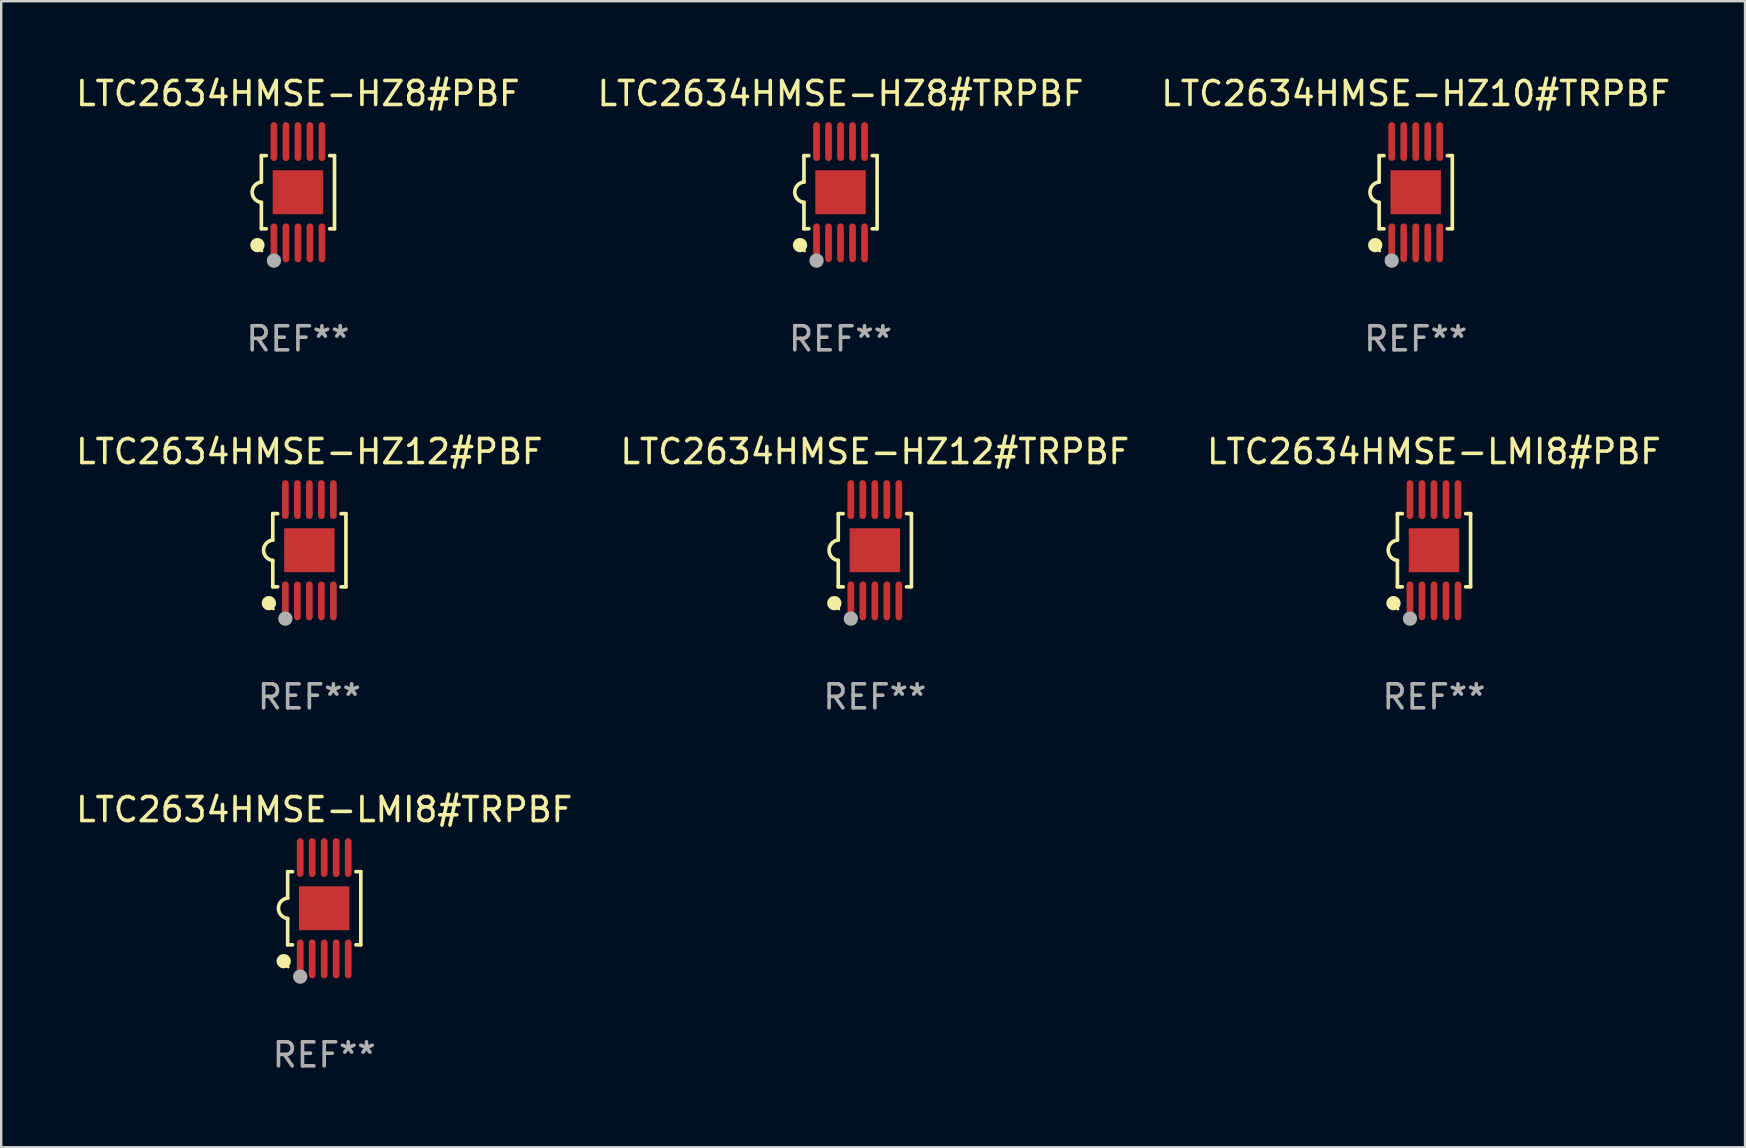
<source format=kicad_pcb>
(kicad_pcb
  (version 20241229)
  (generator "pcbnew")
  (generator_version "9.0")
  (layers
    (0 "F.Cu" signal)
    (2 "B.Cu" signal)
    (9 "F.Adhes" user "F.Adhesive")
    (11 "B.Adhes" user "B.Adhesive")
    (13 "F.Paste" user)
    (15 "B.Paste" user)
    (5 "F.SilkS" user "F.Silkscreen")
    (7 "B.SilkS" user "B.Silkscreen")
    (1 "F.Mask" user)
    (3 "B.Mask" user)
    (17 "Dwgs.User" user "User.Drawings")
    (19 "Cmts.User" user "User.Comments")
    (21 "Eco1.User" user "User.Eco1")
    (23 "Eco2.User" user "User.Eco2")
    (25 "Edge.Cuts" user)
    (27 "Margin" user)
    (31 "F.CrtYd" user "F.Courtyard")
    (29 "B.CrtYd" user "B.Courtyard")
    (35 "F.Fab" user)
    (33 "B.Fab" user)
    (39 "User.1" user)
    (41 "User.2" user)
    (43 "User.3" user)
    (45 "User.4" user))
  (footprint "LTC2634HMSE-HZ10#TRPBF"
    (layer "F.Cu")
    (at 55.935 4.958)
    (property "Reference" "LTC2634HMSE-HZ10#TRPBF" (at 0 -4.11 0) (layer "F.SilkS") (effects (font (size 1 1) (thickness 0.15))))
    (attr through_hole)
    (fp_line (start -1.524 -1.524) (end -1.524 -0.424) (stroke (width 0.152) (type solid)) (layer "F.SilkS"))
    (fp_line (start -1.524 1.524) (end -1.524 0.424) (stroke (width 0.152) (type solid)) (layer "F.SilkS"))
    (fp_line (start -1.524 1.524) (end -1.32 1.524) (stroke (width 0.152) (type solid)) (layer "F.SilkS"))
    (fp_line (start -1.32 -1.524) (end -1.524 -1.524) (stroke (width 0.152) (type solid)) (layer "F.SilkS"))
    (fp_line (start 1.32 1.524) (end 1.524 1.524) (stroke (width 0.152) (type solid)) (layer "F.SilkS"))
    (fp_line (start 1.524 -1.524) (end 1.32 -1.524) (stroke (width 0.152) (type solid)) (layer "F.SilkS"))
    (fp_line (start 1.524 1.524) (end 1.524 -1.524) (stroke (width 0.152) (type solid)) (layer "F.SilkS"))
    (fp_arc (start -1.524003 0.424003) (mid -1.906663 -0.000089) (end -1.524004 -0.424181) (stroke (width 0.151994) (type solid)) (layer "F.SilkS"))
    (fp_circle (center -1.687 2.205) (end -1.537 2.205) (stroke (width 0.3) (type solid)) (fill no) (layer "F.SilkS"))
    (fp_circle (center -1.5 2.45) (end -1.47 2.45) (stroke (width 0.06) (type solid)) (fill no) (layer "F.SilkS"))
    (fp_circle (center -1 2.85) (end -0.85 2.85) (stroke (width 0.3) (type solid)) (fill no) (layer "F.Fab"))
    (fp_text user "REF**" (at 0 6.11 0) (layer "F.Fab") (effects (font (size 1 1) (thickness 0.15))))
    (pad "1" smd oval (at -1 2.11) (size 0.28 1.62) (layers "F.Cu" "F.Mask" "F.Paste"))
    (pad "2" smd oval (at -0.5 2.11) (size 0.28 1.62) (layers "F.Cu" "F.Mask" "F.Paste"))
    (pad "3" smd oval (at 0 2.11) (size 0.28 1.62) (layers "F.Cu" "F.Mask" "F.Paste"))
    (pad "4" smd oval (at 0.5 2.11) (size 0.28 1.62) (layers "F.Cu" "F.Mask" "F.Paste"))
    (pad "5" smd oval (at 1 2.11) (size 0.28 1.62) (layers "F.Cu" "F.Mask" "F.Paste"))
    (pad "6" smd oval (at 1 -2.11) (size 0.28 1.62) (layers "F.Cu" "F.Mask" "F.Paste"))
    (pad "7" smd oval (at 0.5 -2.11) (size 0.28 1.62) (layers "F.Cu" "F.Mask" "F.Paste"))
    (pad "8" smd oval (at 0 -2.11) (size 0.28 1.62) (layers "F.Cu" "F.Mask" "F.Paste"))
    (pad "9" smd oval (at -0.5 -2.11) (size 0.28 1.62) (layers "F.Cu" "F.Mask" "F.Paste"))
    (pad "10" smd oval (at -1 -2.11) (size 0.28 1.62) (layers "F.Cu" "F.Mask" "F.Paste"))
    (pad "11" smd rect (at 0 0) (size 2.1 1.83) (layers "F.Cu" "F.Mask" "F.Paste")))
  (footprint "LTC2634HMSE-LMI8#PBF"
    (layer "F.Cu")
    (at 56.696 19.875)
    (property "Reference" "LTC2634HMSE-LMI8#PBF" (at 0 -4.11 0) (layer "F.SilkS") (effects (font (size 1 1) (thickness 0.15))))
    (attr through_hole)
    (fp_line (start -1.524 -1.524) (end -1.524 -0.424) (stroke (width 0.152) (type solid)) (layer "F.SilkS"))
    (fp_line (start -1.524 1.524) (end -1.524 0.424) (stroke (width 0.152) (type solid)) (layer "F.SilkS"))
    (fp_line (start -1.524 1.524) (end -1.32 1.524) (stroke (width 0.152) (type solid)) (layer "F.SilkS"))
    (fp_line (start -1.32 -1.524) (end -1.524 -1.524) (stroke (width 0.152) (type solid)) (layer "F.SilkS"))
    (fp_line (start 1.32 1.524) (end 1.524 1.524) (stroke (width 0.152) (type solid)) (layer "F.SilkS"))
    (fp_line (start 1.524 -1.524) (end 1.32 -1.524) (stroke (width 0.152) (type solid)) (layer "F.SilkS"))
    (fp_line (start 1.524 1.524) (end 1.524 -1.524) (stroke (width 0.152) (type solid)) (layer "F.SilkS"))
    (fp_arc (start -1.524003 0.424003) (mid -1.906663 -0.000089) (end -1.524004 -0.424181) (stroke (width 0.151994) (type solid)) (layer "F.SilkS"))
    (fp_circle (center -1.687 2.205) (end -1.537 2.205) (stroke (width 0.3) (type solid)) (fill no) (layer "F.SilkS"))
    (fp_circle (center -1.5 2.45) (end -1.47 2.45) (stroke (width 0.06) (type solid)) (fill no) (layer "F.SilkS"))
    (fp_circle (center -1 2.85) (end -0.85 2.85) (stroke (width 0.3) (type solid)) (fill no) (layer "F.Fab"))
    (fp_text user "REF**" (at 0 6.11 0) (layer "F.Fab") (effects (font (size 1 1) (thickness 0.15))))
    (pad "1" smd oval (at -1 2.11) (size 0.28 1.62) (layers "F.Cu" "F.Mask" "F.Paste"))
    (pad "2" smd oval (at -0.5 2.11) (size 0.28 1.62) (layers "F.Cu" "F.Mask" "F.Paste"))
    (pad "3" smd oval (at 0 2.11) (size 0.28 1.62) (layers "F.Cu" "F.Mask" "F.Paste"))
    (pad "4" smd oval (at 0.5 2.11) (size 0.28 1.62) (layers "F.Cu" "F.Mask" "F.Paste"))
    (pad "5" smd oval (at 1 2.11) (size 0.28 1.62) (layers "F.Cu" "F.Mask" "F.Paste"))
    (pad "6" smd oval (at 1 -2.11) (size 0.28 1.62) (layers "F.Cu" "F.Mask" "F.Paste"))
    (pad "7" smd oval (at 0.5 -2.11) (size 0.28 1.62) (layers "F.Cu" "F.Mask" "F.Paste"))
    (pad "8" smd oval (at 0 -2.11) (size 0.28 1.62) (layers "F.Cu" "F.Mask" "F.Paste"))
    (pad "9" smd oval (at -0.5 -2.11) (size 0.28 1.62) (layers "F.Cu" "F.Mask" "F.Paste"))
    (pad "10" smd oval (at -1 -2.11) (size 0.28 1.62) (layers "F.Cu" "F.Mask" "F.Paste"))
    (pad "11" smd rect (at 0 0) (size 2.1 1.83) (layers "F.Cu" "F.Mask" "F.Paste")))
  (footprint "LTC2634HMSE-HZ12#PBF"
    (layer "F.Cu")
    (at 9.839 19.875)
    (property "Reference" "LTC2634HMSE-HZ12#PBF" (at 0 -4.11 0) (layer "F.SilkS") (effects (font (size 1 1) (thickness 0.15))))
    (attr through_hole)
    (fp_line (start -1.524 -1.524) (end -1.524 -0.424) (stroke (width 0.152) (type solid)) (layer "F.SilkS"))
    (fp_line (start -1.524 1.524) (end -1.524 0.424) (stroke (width 0.152) (type solid)) (layer "F.SilkS"))
    (fp_line (start -1.524 1.524) (end -1.32 1.524) (stroke (width 0.152) (type solid)) (layer "F.SilkS"))
    (fp_line (start -1.32 -1.524) (end -1.524 -1.524) (stroke (width 0.152) (type solid)) (layer "F.SilkS"))
    (fp_line (start 1.32 1.524) (end 1.524 1.524) (stroke (width 0.152) (type solid)) (layer "F.SilkS"))
    (fp_line (start 1.524 -1.524) (end 1.32 -1.524) (stroke (width 0.152) (type solid)) (layer "F.SilkS"))
    (fp_line (start 1.524 1.524) (end 1.524 -1.524) (stroke (width 0.152) (type solid)) (layer "F.SilkS"))
    (fp_arc (start -1.524003 0.424003) (mid -1.906663 -0.000089) (end -1.524004 -0.424181) (stroke (width 0.151994) (type solid)) (layer "F.SilkS"))
    (fp_circle (center -1.687 2.205) (end -1.537 2.205) (stroke (width 0.3) (type solid)) (fill no) (layer "F.SilkS"))
    (fp_circle (center -1.5 2.45) (end -1.47 2.45) (stroke (width 0.06) (type solid)) (fill no) (layer "F.SilkS"))
    (fp_circle (center -1 2.85) (end -0.85 2.85) (stroke (width 0.3) (type solid)) (fill no) (layer "F.Fab"))
    (fp_text user "REF**" (at 0 6.11 0) (layer "F.Fab") (effects (font (size 1 1) (thickness 0.15))))
    (pad "1" smd oval (at -1 2.11) (size 0.28 1.62) (layers "F.Cu" "F.Mask" "F.Paste"))
    (pad "2" smd oval (at -0.5 2.11) (size 0.28 1.62) (layers "F.Cu" "F.Mask" "F.Paste"))
    (pad "3" smd oval (at 0 2.11) (size 0.28 1.62) (layers "F.Cu" "F.Mask" "F.Paste"))
    (pad "4" smd oval (at 0.5 2.11) (size 0.28 1.62) (layers "F.Cu" "F.Mask" "F.Paste"))
    (pad "5" smd oval (at 1 2.11) (size 0.28 1.62) (layers "F.Cu" "F.Mask" "F.Paste"))
    (pad "6" smd oval (at 1 -2.11) (size 0.28 1.62) (layers "F.Cu" "F.Mask" "F.Paste"))
    (pad "7" smd oval (at 0.5 -2.11) (size 0.28 1.62) (layers "F.Cu" "F.Mask" "F.Paste"))
    (pad "8" smd oval (at 0 -2.11) (size 0.28 1.62) (layers "F.Cu" "F.Mask" "F.Paste"))
    (pad "9" smd oval (at -0.5 -2.11) (size 0.28 1.62) (layers "F.Cu" "F.Mask" "F.Paste"))
    (pad "10" smd oval (at -1 -2.11) (size 0.28 1.62) (layers "F.Cu" "F.Mask" "F.Paste"))
    (pad "11" smd rect (at 0 0) (size 2.1 1.83) (layers "F.Cu" "F.Mask" "F.Paste")))
  (footprint "LTC2634HMSE-HZ8#PBF"
    (layer "F.Cu")
    (at 9.363 4.958)
    (property "Reference" "LTC2634HMSE-HZ8#PBF" (at 0 -4.11 0) (layer "F.SilkS") (effects (font (size 1 1) (thickness 0.15))))
    (attr through_hole)
    (fp_line (start -1.524 -1.524) (end -1.524 -0.424) (stroke (width 0.152) (type solid)) (layer "F.SilkS"))
    (fp_line (start -1.524 1.524) (end -1.524 0.424) (stroke (width 0.152) (type solid)) (layer "F.SilkS"))
    (fp_line (start -1.524 1.524) (end -1.32 1.524) (stroke (width 0.152) (type solid)) (layer "F.SilkS"))
    (fp_line (start -1.32 -1.524) (end -1.524 -1.524) (stroke (width 0.152) (type solid)) (layer "F.SilkS"))
    (fp_line (start 1.32 1.524) (end 1.524 1.524) (stroke (width 0.152) (type solid)) (layer "F.SilkS"))
    (fp_line (start 1.524 -1.524) (end 1.32 -1.524) (stroke (width 0.152) (type solid)) (layer "F.SilkS"))
    (fp_line (start 1.524 1.524) (end 1.524 -1.524) (stroke (width 0.152) (type solid)) (layer "F.SilkS"))
    (fp_arc (start -1.524003 0.424003) (mid -1.906663 -0.000089) (end -1.524004 -0.424181) (stroke (width 0.151994) (type solid)) (layer "F.SilkS"))
    (fp_circle (center -1.687 2.205) (end -1.537 2.205) (stroke (width 0.3) (type solid)) (fill no) (layer "F.SilkS"))
    (fp_circle (center -1.5 2.45) (end -1.47 2.45) (stroke (width 0.06) (type solid)) (fill no) (layer "F.SilkS"))
    (fp_circle (center -1 2.85) (end -0.85 2.85) (stroke (width 0.3) (type solid)) (fill no) (layer "F.Fab"))
    (fp_text user "REF**" (at 0 6.11 0) (layer "F.Fab") (effects (font (size 1 1) (thickness 0.15))))
    (pad "1" smd oval (at -1 2.11) (size 0.28 1.62) (layers "F.Cu" "F.Mask" "F.Paste"))
    (pad "2" smd oval (at -0.5 2.11) (size 0.28 1.62) (layers "F.Cu" "F.Mask" "F.Paste"))
    (pad "3" smd oval (at 0 2.11) (size 0.28 1.62) (layers "F.Cu" "F.Mask" "F.Paste"))
    (pad "4" smd oval (at 0.5 2.11) (size 0.28 1.62) (layers "F.Cu" "F.Mask" "F.Paste"))
    (pad "5" smd oval (at 1 2.11) (size 0.28 1.62) (layers "F.Cu" "F.Mask" "F.Paste"))
    (pad "6" smd oval (at 1 -2.11) (size 0.28 1.62) (layers "F.Cu" "F.Mask" "F.Paste"))
    (pad "7" smd oval (at 0.5 -2.11) (size 0.28 1.62) (layers "F.Cu" "F.Mask" "F.Paste"))
    (pad "8" smd oval (at 0 -2.11) (size 0.28 1.62) (layers "F.Cu" "F.Mask" "F.Paste"))
    (pad "9" smd oval (at -0.5 -2.11) (size 0.28 1.62) (layers "F.Cu" "F.Mask" "F.Paste"))
    (pad "10" smd oval (at -1 -2.11) (size 0.28 1.62) (layers "F.Cu" "F.Mask" "F.Paste"))
    (pad "11" smd rect (at 0 0) (size 2.1 1.83) (layers "F.Cu" "F.Mask" "F.Paste")))
  (footprint "LTC2634HMSE-LMI8#TRPBF"
    (layer "F.Cu")
    (at 10.458 34.791)
    (property "Reference" "LTC2634HMSE-LMI8#TRPBF" (at 0 -4.11 0) (layer "F.SilkS") (effects (font (size 1 1) (thickness 0.15))))
    (attr through_hole)
    (fp_line (start -1.524 -1.524) (end -1.524 -0.424) (stroke (width 0.152) (type solid)) (layer "F.SilkS"))
    (fp_line (start -1.524 1.524) (end -1.524 0.424) (stroke (width 0.152) (type solid)) (layer "F.SilkS"))
    (fp_line (start -1.524 1.524) (end -1.32 1.524) (stroke (width 0.152) (type solid)) (layer "F.SilkS"))
    (fp_line (start -1.32 -1.524) (end -1.524 -1.524) (stroke (width 0.152) (type solid)) (layer "F.SilkS"))
    (fp_line (start 1.32 1.524) (end 1.524 1.524) (stroke (width 0.152) (type solid)) (layer "F.SilkS"))
    (fp_line (start 1.524 -1.524) (end 1.32 -1.524) (stroke (width 0.152) (type solid)) (layer "F.SilkS"))
    (fp_line (start 1.524 1.524) (end 1.524 -1.524) (stroke (width 0.152) (type solid)) (layer "F.SilkS"))
    (fp_arc (start -1.524003 0.424003) (mid -1.906663 -0.000089) (end -1.524004 -0.424181) (stroke (width 0.151994) (type solid)) (layer "F.SilkS"))
    (fp_circle (center -1.687 2.205) (end -1.537 2.205) (stroke (width 0.3) (type solid)) (fill no) (layer "F.SilkS"))
    (fp_circle (center -1.5 2.45) (end -1.47 2.45) (stroke (width 0.06) (type solid)) (fill no) (layer "F.SilkS"))
    (fp_circle (center -1 2.85) (end -0.85 2.85) (stroke (width 0.3) (type solid)) (fill no) (layer "F.Fab"))
    (fp_text user "REF**" (at 0 6.11 0) (layer "F.Fab") (effects (font (size 1 1) (thickness 0.15))))
    (pad "1" smd oval (at -1 2.11) (size 0.28 1.62) (layers "F.Cu" "F.Mask" "F.Paste"))
    (pad "2" smd oval (at -0.5 2.11) (size 0.28 1.62) (layers "F.Cu" "F.Mask" "F.Paste"))
    (pad "3" smd oval (at 0 2.11) (size 0.28 1.62) (layers "F.Cu" "F.Mask" "F.Paste"))
    (pad "4" smd oval (at 0.5 2.11) (size 0.28 1.62) (layers "F.Cu" "F.Mask" "F.Paste"))
    (pad "5" smd oval (at 1 2.11) (size 0.28 1.62) (layers "F.Cu" "F.Mask" "F.Paste"))
    (pad "6" smd oval (at 1 -2.11) (size 0.28 1.62) (layers "F.Cu" "F.Mask" "F.Paste"))
    (pad "7" smd oval (at 0.5 -2.11) (size 0.28 1.62) (layers "F.Cu" "F.Mask" "F.Paste"))
    (pad "8" smd oval (at 0 -2.11) (size 0.28 1.62) (layers "F.Cu" "F.Mask" "F.Paste"))
    (pad "9" smd oval (at -0.5 -2.11) (size 0.28 1.62) (layers "F.Cu" "F.Mask" "F.Paste"))
    (pad "10" smd oval (at -1 -2.11) (size 0.28 1.62) (layers "F.Cu" "F.Mask" "F.Paste"))
    (pad "11" smd rect (at 0 0) (size 2.1 1.83) (layers "F.Cu" "F.Mask" "F.Paste")))
  (footprint "LTC2634HMSE-HZ12#TRPBF"
    (layer "F.Cu")
    (at 33.399 19.875)
    (property "Reference" "LTC2634HMSE-HZ12#TRPBF" (at 0 -4.11 0) (layer "F.SilkS") (effects (font (size 1 1) (thickness 0.15))))
    (attr through_hole)
    (fp_line (start -1.524 -1.524) (end -1.524 -0.424) (stroke (width 0.152) (type solid)) (layer "F.SilkS"))
    (fp_line (start -1.524 1.524) (end -1.524 0.424) (stroke (width 0.152) (type solid)) (layer "F.SilkS"))
    (fp_line (start -1.524 1.524) (end -1.32 1.524) (stroke (width 0.152) (type solid)) (layer "F.SilkS"))
    (fp_line (start -1.32 -1.524) (end -1.524 -1.524) (stroke (width 0.152) (type solid)) (layer "F.SilkS"))
    (fp_line (start 1.32 1.524) (end 1.524 1.524) (stroke (width 0.152) (type solid)) (layer "F.SilkS"))
    (fp_line (start 1.524 -1.524) (end 1.32 -1.524) (stroke (width 0.152) (type solid)) (layer "F.SilkS"))
    (fp_line (start 1.524 1.524) (end 1.524 -1.524) (stroke (width 0.152) (type solid)) (layer "F.SilkS"))
    (fp_arc (start -1.524003 0.424003) (mid -1.906663 -0.000089) (end -1.524004 -0.424181) (stroke (width 0.151994) (type solid)) (layer "F.SilkS"))
    (fp_circle (center -1.687 2.205) (end -1.537 2.205) (stroke (width 0.3) (type solid)) (fill no) (layer "F.SilkS"))
    (fp_circle (center -1.5 2.45) (end -1.47 2.45) (stroke (width 0.06) (type solid)) (fill no) (layer "F.SilkS"))
    (fp_circle (center -1 2.85) (end -0.85 2.85) (stroke (width 0.3) (type solid)) (fill no) (layer "F.Fab"))
    (fp_text user "REF**" (at 0 6.11 0) (layer "F.Fab") (effects (font (size 1 1) (thickness 0.15))))
    (pad "1" smd oval (at -1 2.11) (size 0.28 1.62) (layers "F.Cu" "F.Mask" "F.Paste"))
    (pad "2" smd oval (at -0.5 2.11) (size 0.28 1.62) (layers "F.Cu" "F.Mask" "F.Paste"))
    (pad "3" smd oval (at 0 2.11) (size 0.28 1.62) (layers "F.Cu" "F.Mask" "F.Paste"))
    (pad "4" smd oval (at 0.5 2.11) (size 0.28 1.62) (layers "F.Cu" "F.Mask" "F.Paste"))
    (pad "5" smd oval (at 1 2.11) (size 0.28 1.62) (layers "F.Cu" "F.Mask" "F.Paste"))
    (pad "6" smd oval (at 1 -2.11) (size 0.28 1.62) (layers "F.Cu" "F.Mask" "F.Paste"))
    (pad "7" smd oval (at 0.5 -2.11) (size 0.28 1.62) (layers "F.Cu" "F.Mask" "F.Paste"))
    (pad "8" smd oval (at 0 -2.11) (size 0.28 1.62) (layers "F.Cu" "F.Mask" "F.Paste"))
    (pad "9" smd oval (at -0.5 -2.11) (size 0.28 1.62) (layers "F.Cu" "F.Mask" "F.Paste"))
    (pad "10" smd oval (at -1 -2.11) (size 0.28 1.62) (layers "F.Cu" "F.Mask" "F.Paste"))
    (pad "11" smd rect (at 0 0) (size 2.1 1.83) (layers "F.Cu" "F.Mask" "F.Paste")))
  (footprint "LTC2634HMSE-HZ8#TRPBF"
    (layer "F.Cu")
    (at 31.97 4.958)
    (property "Reference" "LTC2634HMSE-HZ8#TRPBF" (at 0 -4.11 0) (layer "F.SilkS") (effects (font (size 1 1) (thickness 0.15))))
    (attr through_hole)
    (fp_line (start -1.524 -1.524) (end -1.524 -0.424) (stroke (width 0.152) (type solid)) (layer "F.SilkS"))
    (fp_line (start -1.524 1.524) (end -1.524 0.424) (stroke (width 0.152) (type solid)) (layer "F.SilkS"))
    (fp_line (start -1.524 1.524) (end -1.32 1.524) (stroke (width 0.152) (type solid)) (layer "F.SilkS"))
    (fp_line (start -1.32 -1.524) (end -1.524 -1.524) (stroke (width 0.152) (type solid)) (layer "F.SilkS"))
    (fp_line (start 1.32 1.524) (end 1.524 1.524) (stroke (width 0.152) (type solid)) (layer "F.SilkS"))
    (fp_line (start 1.524 -1.524) (end 1.32 -1.524) (stroke (width 0.152) (type solid)) (layer "F.SilkS"))
    (fp_line (start 1.524 1.524) (end 1.524 -1.524) (stroke (width 0.152) (type solid)) (layer "F.SilkS"))
    (fp_arc (start -1.524003 0.424003) (mid -1.906663 -0.000089) (end -1.524004 -0.424181) (stroke (width 0.151994) (type solid)) (layer "F.SilkS"))
    (fp_circle (center -1.687 2.205) (end -1.537 2.205) (stroke (width 0.3) (type solid)) (fill no) (layer "F.SilkS"))
    (fp_circle (center -1.5 2.45) (end -1.47 2.45) (stroke (width 0.06) (type solid)) (fill no) (layer "F.SilkS"))
    (fp_circle (center -1 2.85) (end -0.85 2.85) (stroke (width 0.3) (type solid)) (fill no) (layer "F.Fab"))
    (fp_text user "REF**" (at 0 6.11 0) (layer "F.Fab") (effects (font (size 1 1) (thickness 0.15))))
    (pad "1" smd oval (at -1 2.11) (size 0.28 1.62) (layers "F.Cu" "F.Mask" "F.Paste"))
    (pad "2" smd oval (at -0.5 2.11) (size 0.28 1.62) (layers "F.Cu" "F.Mask" "F.Paste"))
    (pad "3" smd oval (at 0 2.11) (size 0.28 1.62) (layers "F.Cu" "F.Mask" "F.Paste"))
    (pad "4" smd oval (at 0.5 2.11) (size 0.28 1.62) (layers "F.Cu" "F.Mask" "F.Paste"))
    (pad "5" smd oval (at 1 2.11) (size 0.28 1.62) (layers "F.Cu" "F.Mask" "F.Paste"))
    (pad "6" smd oval (at 1 -2.11) (size 0.28 1.62) (layers "F.Cu" "F.Mask" "F.Paste"))
    (pad "7" smd oval (at 0.5 -2.11) (size 0.28 1.62) (layers "F.Cu" "F.Mask" "F.Paste"))
    (pad "8" smd oval (at 0 -2.11) (size 0.28 1.62) (layers "F.Cu" "F.Mask" "F.Paste"))
    (pad "9" smd oval (at -0.5 -2.11) (size 0.28 1.62) (layers "F.Cu" "F.Mask" "F.Paste"))
    (pad "10" smd oval (at -1 -2.11) (size 0.28 1.62) (layers "F.Cu" "F.Mask" "F.Paste"))
    (pad "11" smd rect (at 0 0) (size 2.1 1.83) (layers "F.Cu" "F.Mask" "F.Paste")))
  (gr_rect
    (start -3 -3)
    (end 69.655 44.749)
    (stroke (width 0.1) (type default))
    (fill no)
    (layer "Edge.Cuts")))
</source>
